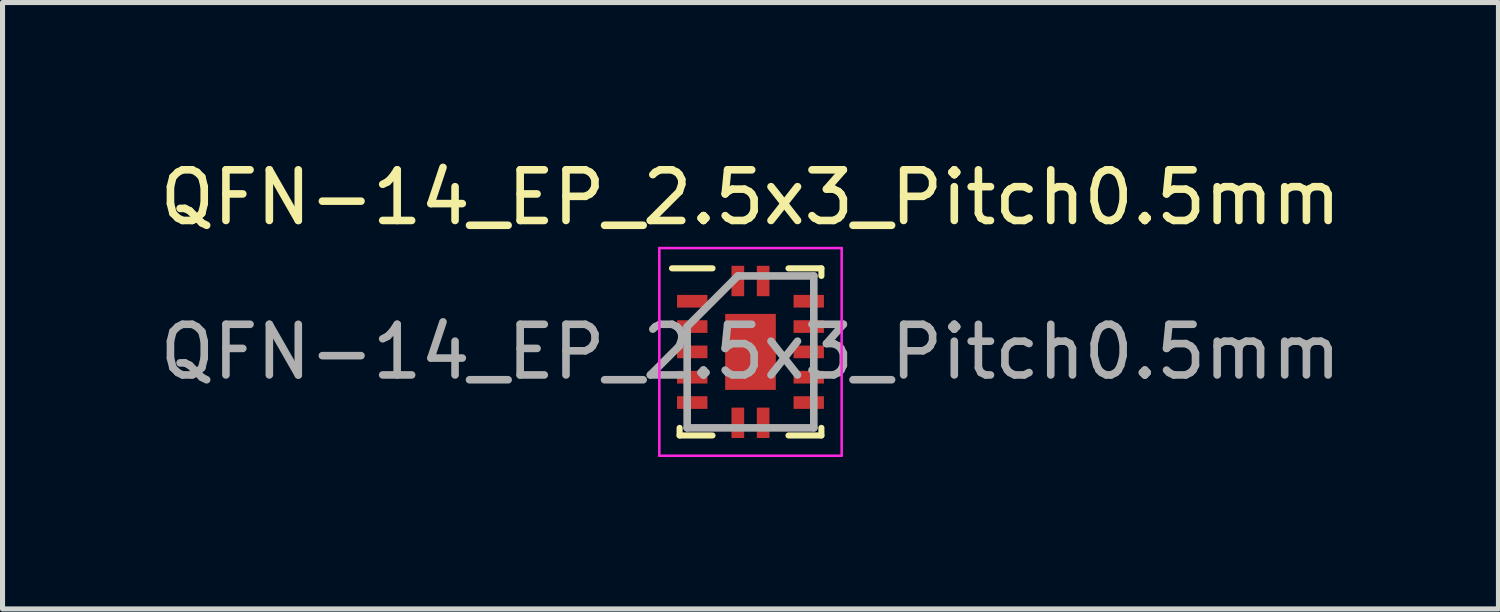
<source format=kicad_pcb>
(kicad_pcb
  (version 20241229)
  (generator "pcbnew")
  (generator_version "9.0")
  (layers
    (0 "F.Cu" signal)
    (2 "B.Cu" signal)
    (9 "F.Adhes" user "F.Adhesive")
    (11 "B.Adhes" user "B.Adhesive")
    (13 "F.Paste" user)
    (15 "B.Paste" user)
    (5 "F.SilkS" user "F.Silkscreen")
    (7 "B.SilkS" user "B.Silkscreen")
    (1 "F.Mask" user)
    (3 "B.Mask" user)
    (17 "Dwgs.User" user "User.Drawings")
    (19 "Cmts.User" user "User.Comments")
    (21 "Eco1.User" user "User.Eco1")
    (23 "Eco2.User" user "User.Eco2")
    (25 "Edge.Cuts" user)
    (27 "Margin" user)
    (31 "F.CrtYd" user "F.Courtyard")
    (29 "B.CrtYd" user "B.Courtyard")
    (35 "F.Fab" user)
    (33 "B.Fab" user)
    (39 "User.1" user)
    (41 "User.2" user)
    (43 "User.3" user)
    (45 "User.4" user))
  (footprint "QFN-14_EP_2.5x3_Pitch0.5mm"
    (layer "F.Cu")
    (at 11.768 3.898)
    (property "Reference" "QFN-14_EP_2.5x3_Pitch0.5mm" (at 0 -3.05 0) (layer "F.SilkS") (effects (font (size 1 1) (thickness 0.15))))
    (attr smd)
    (fp_line (start -1.4 1.65) (end -1.4 1.5) (stroke (width 0.12) (type default)) (layer "F.SilkS"))
    (fp_line (start -0.75 -1.65) (end -1.55 -1.65) (stroke (width 0.12) (type default)) (layer "F.SilkS"))
    (fp_line (start -0.75 1.65) (end -1.4 1.65) (stroke (width 0.12) (type default)) (layer "F.SilkS"))
    (fp_line (start 0.75 -1.65) (end 1.4 -1.65) (stroke (width 0.12) (type default)) (layer "F.SilkS"))
    (fp_line (start 0.75 1.65) (end 1.4 1.65) (stroke (width 0.12) (type default)) (layer "F.SilkS"))
    (fp_line (start 1.4 -1.65) (end 1.4 -1.5) (stroke (width 0.12) (type default)) (layer "F.SilkS"))
    (fp_line (start 1.4 1.65) (end 1.4 1.5) (stroke (width 0.12) (type default)) (layer "F.SilkS"))
    (fp_line (start -1.8 -2.05) (end 1.8 -2.05) (stroke (width 0.05) (type default)) (layer "F.CrtYd"))
    (fp_line (start -1.8 2.05) (end -1.8 -2.05) (stroke (width 0.05) (type default)) (layer "F.CrtYd"))
    (fp_line (start 1.8 -2.05) (end 1.8 2.05) (stroke (width 0.05) (type default)) (layer "F.CrtYd"))
    (fp_line (start 1.8 2.05) (end -1.8 2.05) (stroke (width 0.05) (type default)) (layer "F.CrtYd"))
    (fp_line (start -1.25 -0.5) (end -1.25 1.5) (stroke (width 0.15) (type default)) (layer "F.Fab"))
    (fp_line (start -1.25 1.5) (end 1.25 1.5) (stroke (width 0.15) (type default)) (layer "F.Fab"))
    (fp_line (start -0.25 -1.5) (end -1.25 -0.5) (stroke (width 0.15) (type default)) (layer "F.Fab"))
    (fp_line (start 1.25 -1.5) (end -0.25 -1.5) (stroke (width 0.15) (type default)) (layer "F.Fab"))
    (fp_line (start 1.25 1.5) (end 1.25 -1.5) (stroke (width 0.15) (type default)) (layer "F.Fab"))
    (fp_text user "${REFERENCE}" (at 0 0 0) (layer "F.Fab") (effects (font (size 1 1) (thickness 0.15))))
    (pad "" smd rect (at 0 -0.375) (size 0.25 0.000001) (layers "F.Paste"))
    (pad "" smd rect (at 0 0.375) (size 0.25 0.000001) (layers "F.Paste"))
    (pad "1" smd rect (at -1.15 -1 90) (size 0.25 0.6) (layers "F.Cu" "F.Mask" "F.Paste"))
    (pad "2" smd rect (at -1.15 -0.5 90) (size 0.25 0.6) (layers "F.Cu" "F.Mask" "F.Paste"))
    (pad "3" smd rect (at -1.15 0 90) (size 0.25 0.6) (layers "F.Cu" "F.Mask" "F.Paste"))
    (pad "4" smd rect (at -1.15 0.5 90) (size 0.25 0.6) (layers "F.Cu" "F.Mask" "F.Paste"))
    (pad "5" smd rect (at -1.15 1 90) (size 0.25 0.6) (layers "F.Cu" "F.Mask" "F.Paste"))
    (pad "6" smd rect (at -0.25 1.4) (size 0.25 0.6) (layers "F.Cu" "F.Mask" "F.Paste"))
    (pad "7" smd rect (at 0.25 1.4) (size 0.25 0.6) (layers "F.Cu" "F.Mask" "F.Paste"))
    (pad "8" smd rect (at 1.15 1 90) (size 0.25 0.6) (layers "F.Cu" "F.Mask" "F.Paste"))
    (pad "9" smd rect (at 1.15 0.5 90) (size 0.25 0.6) (layers "F.Cu" "F.Mask" "F.Paste"))
    (pad "10" smd rect (at 1.15 0 90) (size 0.25 0.6) (layers "F.Cu" "F.Mask" "F.Paste"))
    (pad "11" smd rect (at 1.15 -0.5 90) (size 0.25 0.6) (layers "F.Cu" "F.Mask" "F.Paste"))
    (pad "12" smd rect (at 1.15 -1 90) (size 0.25 0.6) (layers "F.Cu" "F.Mask" "F.Paste"))
    (pad "13" smd rect (at 0.25 -1.4) (size 0.25 0.6) (layers "F.Cu" "F.Mask" "F.Paste"))
    (pad "14" smd rect (at -0.25 -1.4) (size 0.25 0.6) (layers "F.Cu" "F.Mask" "F.Paste"))
    (pad "15" smd rect (at 0 0) (size 1 1.5) (layers "F.Cu" "F.Mask")))
  (gr_rect
    (start -3 -3)
    (end 26.536 8.973)
    (stroke (width 0.1) (type default))
    (fill no)
    (layer "Edge.Cuts")))
</source>
